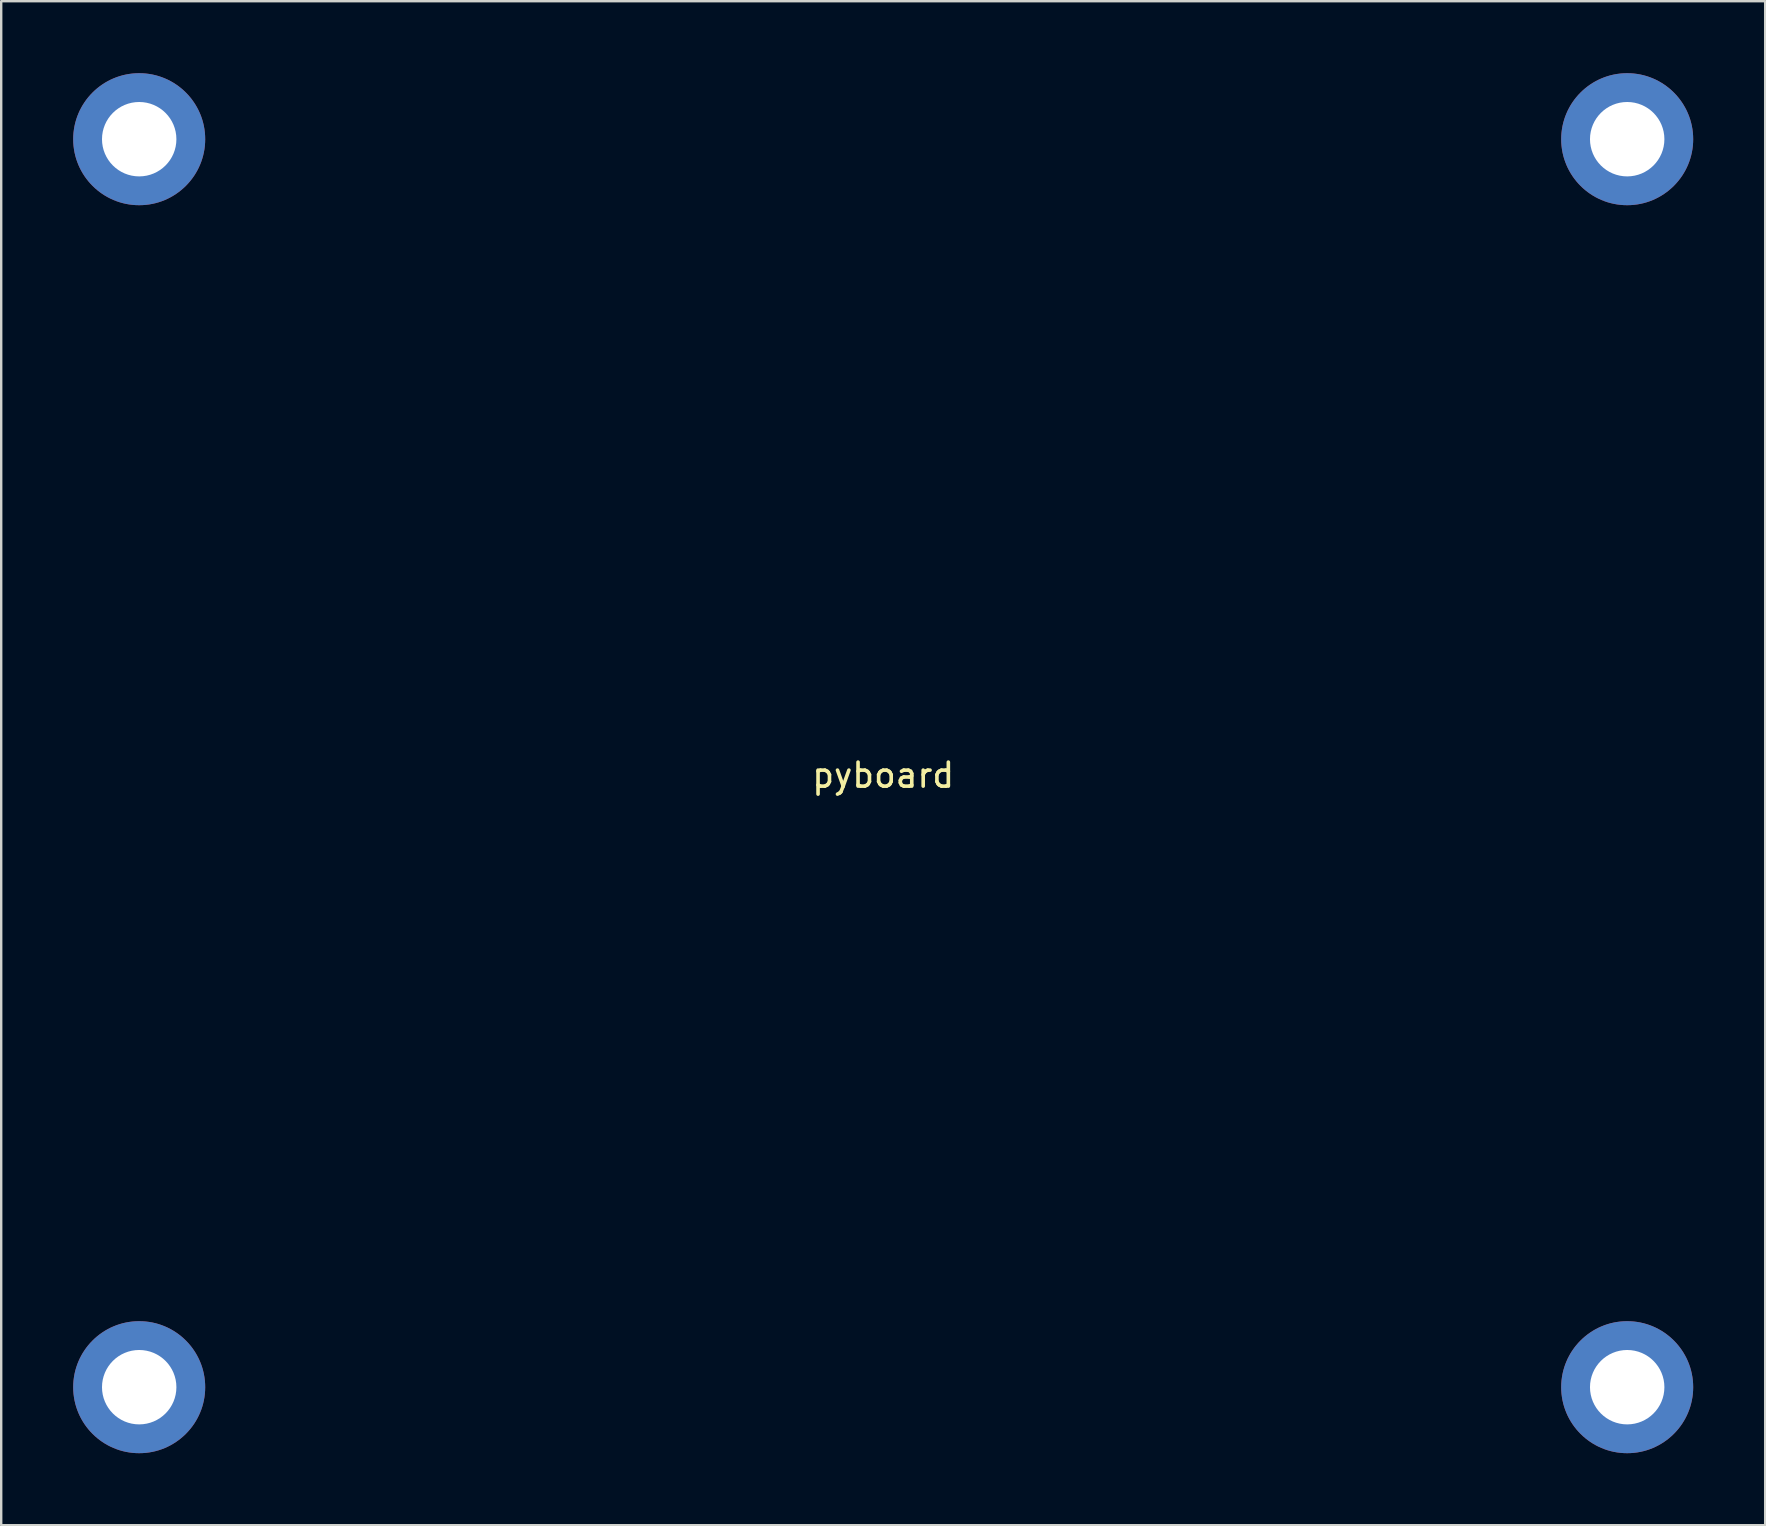
<source format=kicad_pcb>
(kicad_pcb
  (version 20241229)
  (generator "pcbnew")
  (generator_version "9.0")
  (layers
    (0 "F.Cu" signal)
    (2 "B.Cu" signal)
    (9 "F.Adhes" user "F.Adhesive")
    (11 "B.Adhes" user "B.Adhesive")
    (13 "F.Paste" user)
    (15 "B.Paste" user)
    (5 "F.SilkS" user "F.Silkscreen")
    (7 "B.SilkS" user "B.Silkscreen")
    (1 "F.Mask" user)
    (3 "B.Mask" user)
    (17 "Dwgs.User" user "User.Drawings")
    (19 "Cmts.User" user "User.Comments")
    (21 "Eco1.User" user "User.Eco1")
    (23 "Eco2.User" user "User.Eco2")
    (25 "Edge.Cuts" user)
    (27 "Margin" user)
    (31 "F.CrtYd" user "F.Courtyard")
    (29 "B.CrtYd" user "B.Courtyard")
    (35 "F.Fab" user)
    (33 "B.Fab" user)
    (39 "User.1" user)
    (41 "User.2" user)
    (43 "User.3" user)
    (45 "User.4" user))
  (footprint "pyboard"
    (layer "F.Cu")
    (at 33.75 28.75)
    (property "Reference" "pyboard" (at 0 0.5 0) (layer "F.SilkS") (effects (font (size 1 1) (thickness 0.15))))
    (attr through_hole)
    (pad "1" thru_hole circle (at -31 -26) (size 5.5 5.5) (drill 3.1) (layers "*.Cu" "*.Mask"))
    (pad "1" thru_hole circle (at -31 26) (size 5.5 5.5) (drill 3.1) (layers "*.Cu" "*.Mask"))
    (pad "1" thru_hole circle (at 31 -26) (size 5.5 5.5) (drill 3.1) (layers "*.Cu" "*.Mask"))
    (pad "1" thru_hole circle (at 31 26) (size 5.5 5.5) (drill 3.1) (layers "*.Cu" "*.Mask")))
  (gr_rect
    (start -3 -3)
    (end 70.5 60.5)
    (stroke (width 0.1) (type default))
    (fill no)
    (layer "Edge.Cuts")))
</source>
